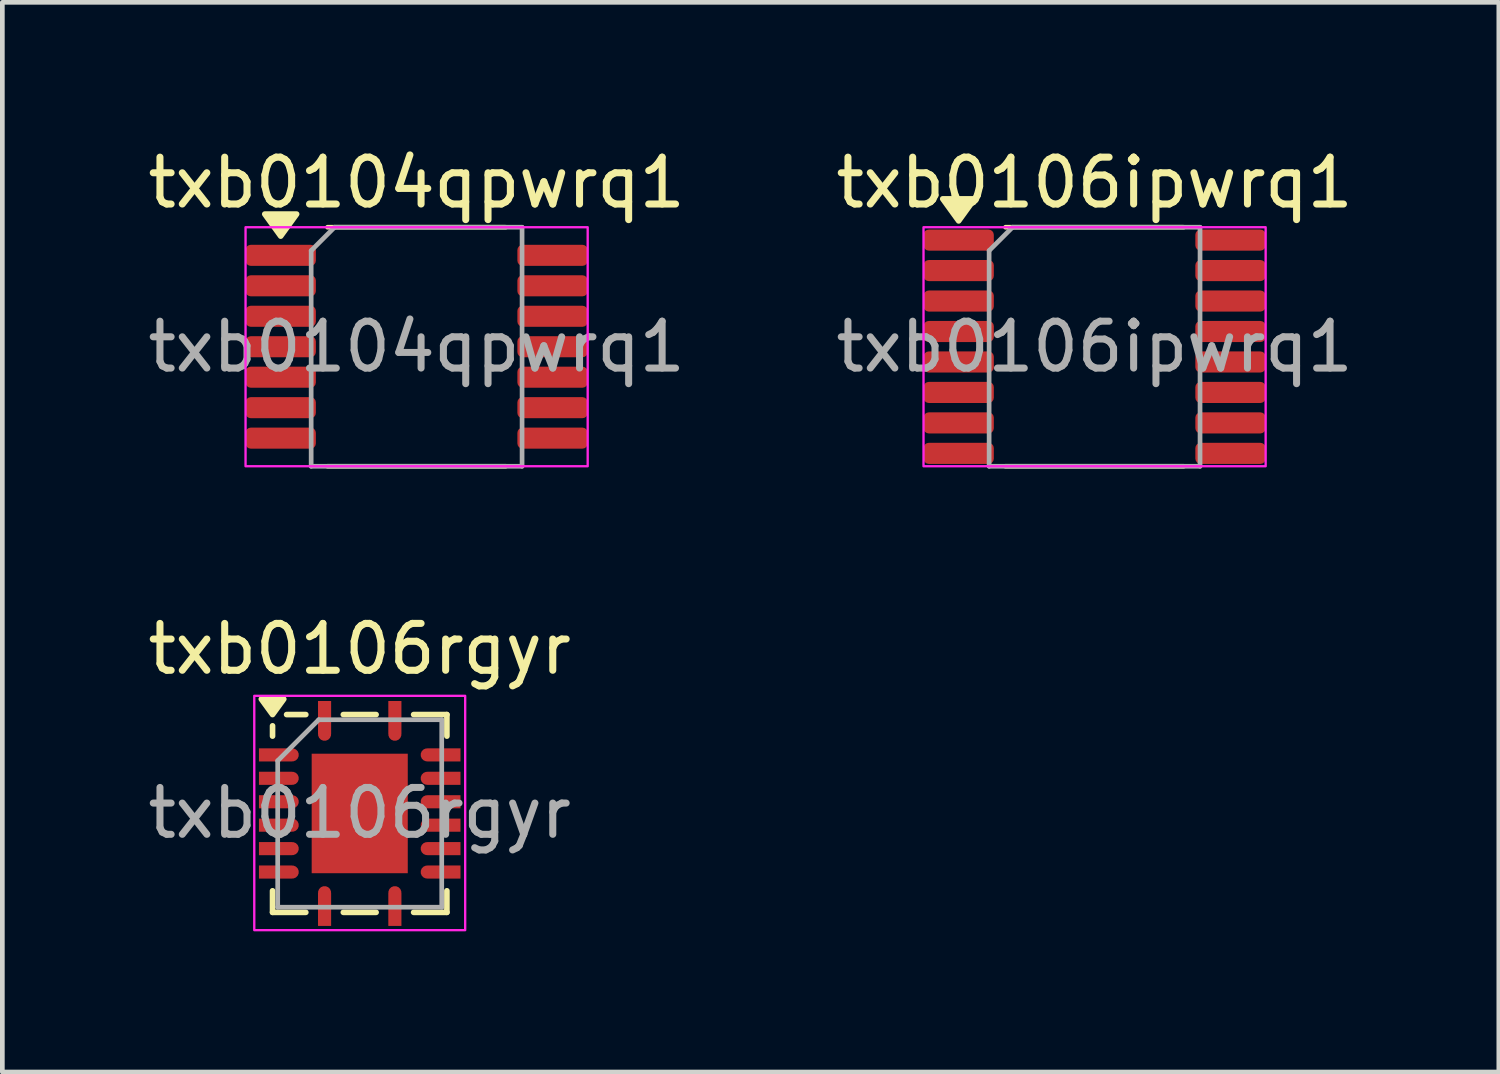
<source format=kicad_pcb>
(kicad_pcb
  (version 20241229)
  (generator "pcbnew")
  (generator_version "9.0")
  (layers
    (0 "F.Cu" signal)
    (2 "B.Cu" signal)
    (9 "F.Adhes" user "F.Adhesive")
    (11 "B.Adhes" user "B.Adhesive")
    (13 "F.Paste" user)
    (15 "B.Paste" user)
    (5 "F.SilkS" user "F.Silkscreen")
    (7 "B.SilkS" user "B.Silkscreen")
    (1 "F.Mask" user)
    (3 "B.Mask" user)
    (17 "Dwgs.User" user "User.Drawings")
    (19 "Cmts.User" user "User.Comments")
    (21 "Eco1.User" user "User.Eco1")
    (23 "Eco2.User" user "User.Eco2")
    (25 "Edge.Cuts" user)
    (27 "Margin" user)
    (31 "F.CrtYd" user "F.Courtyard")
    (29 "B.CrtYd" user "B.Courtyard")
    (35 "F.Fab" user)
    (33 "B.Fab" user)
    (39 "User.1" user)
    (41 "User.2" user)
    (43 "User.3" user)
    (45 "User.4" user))
  (footprint "txb0106ipwrq1"
    (layer "F.Cu")
    (at 20.304 4.348)
    (property "Reference" "txb0106ipwrq1" (at 0 -3.5 0) (unlocked yes) (layer "F.SilkS") (effects (font (size 1 1) (thickness 0.15))))
    (attr smd)
    (fp_line (start -1.9 -2.55) (end 1.9 -2.55) (stroke (width 0.1) (type default)) (layer "F.SilkS"))
    (fp_line (start -1.9 2.55) (end 1.9 2.55) (stroke (width 0.1) (type default)) (layer "F.SilkS"))
    (fp_poly (pts (xy -2.9 -2.685) (xy -3.24 -3.155) (xy -2.56 -3.155) (xy -2.9 -2.685)) (stroke (width 0.12) (type solid)) (fill yes) (layer "F.SilkS"))
    (fp_rect (start -3.65 -2.55) (end 3.65 2.55) (stroke (width 0.05) (type default)) (fill no) (layer "F.CrtYd"))
    (fp_line (start -2.25 -2.05) (end -2.25 2.55) (stroke (width 0.1) (type default)) (layer "F.Fab"))
    (fp_line (start -2.25 2.55) (end 2.25 2.55) (stroke (width 0.1) (type default)) (layer "F.Fab"))
    (fp_line (start -1.75 -2.55) (end -2.25 -2.05) (stroke (width 0.1) (type default)) (layer "F.Fab"))
    (fp_line (start 2.25 -2.55) (end -1.75 -2.55) (stroke (width 0.1) (type default)) (layer "F.Fab"))
    (fp_line (start 2.25 2.55) (end 2.25 -2.55) (stroke (width 0.1) (type default)) (layer "F.Fab"))
    (fp_text user "${REFERENCE}" (at 0 0 0) (unlocked yes) (layer "F.Fab") (effects (font (size 1 1) (thickness 0.15))))
    (pad "1" smd roundrect (at -2.9 -2.275) (size 1.5 0.45) (layers "F.Cu" "F.Mask" "F.Paste") (roundrect_rratio 0.25))
    (pad "2" smd roundrect (at -2.9 -1.625) (size 1.5 0.45) (layers "F.Cu" "F.Mask" "F.Paste") (roundrect_rratio 0.25))
    (pad "3" smd roundrect (at -2.9 -0.975) (size 1.5 0.45) (layers "F.Cu" "F.Mask" "F.Paste") (roundrect_rratio 0.25))
    (pad "4" smd roundrect (at -2.9 -0.325) (size 1.5 0.45) (layers "F.Cu" "F.Mask" "F.Paste") (roundrect_rratio 0.25))
    (pad "5" smd roundrect (at -2.9 0.325) (size 1.5 0.45) (layers "F.Cu" "F.Mask" "F.Paste") (roundrect_rratio 0.25))
    (pad "6" smd roundrect (at -2.9 0.975) (size 1.5 0.45) (layers "F.Cu" "F.Mask" "F.Paste") (roundrect_rratio 0.25))
    (pad "7" smd roundrect (at -2.9 1.625) (size 1.5 0.45) (layers "F.Cu" "F.Mask" "F.Paste") (roundrect_rratio 0.25))
    (pad "8" smd roundrect (at -2.9 2.275) (size 1.5 0.45) (layers "F.Cu" "F.Mask" "F.Paste") (roundrect_rratio 0.25))
    (pad "9" smd roundrect (at 2.9 2.275) (size 1.5 0.45) (layers "F.Cu" "F.Mask" "F.Paste") (roundrect_rratio 0.25))
    (pad "10" smd roundrect (at 2.9 1.625) (size 1.5 0.45) (layers "F.Cu" "F.Mask" "F.Paste") (roundrect_rratio 0.25))
    (pad "11" smd roundrect (at 2.9 0.975) (size 1.5 0.45) (layers "F.Cu" "F.Mask" "F.Paste") (roundrect_rratio 0.25))
    (pad "12" smd roundrect (at 2.9 0.325) (size 1.5 0.45) (layers "F.Cu" "F.Mask" "F.Paste") (roundrect_rratio 0.25))
    (pad "13" smd roundrect (at 2.9 -0.325) (size 1.5 0.45) (layers "F.Cu" "F.Mask" "F.Paste") (roundrect_rratio 0.25))
    (pad "14" smd roundrect (at 2.9 -0.975) (size 1.5 0.45) (layers "F.Cu" "F.Mask" "F.Paste") (roundrect_rratio 0.25))
    (pad "15" smd roundrect (at 2.9 -1.625) (size 1.5 0.45) (layers "F.Cu" "F.Mask" "F.Paste") (roundrect_rratio 0.25))
    (pad "16" smd roundrect (at 2.9 -2.275) (size 1.5 0.45) (layers "F.Cu" "F.Mask" "F.Paste") (roundrect_rratio 0.25)))
  (footprint "txb0106rgyr"
    (layer "F.Cu")
    (at 4.625 14.296)
    (property "Reference" "txb0106rgyr" (at 0 -3.5 0) (unlocked yes) (layer "F.SilkS") (effects (font (size 1 1) (thickness 0.15))))
    (attr smd)
    (fp_line (start -1.86 -1.64) (end -1.86 -1.86) (stroke (width 0.12) (type solid)) (layer "F.SilkS"))
    (fp_line (start -1.86 2.12) (end -1.86 1.66) (stroke (width 0.12) (type solid)) (layer "F.SilkS"))
    (fp_line (start -1.15 -2.1) (end -1.56 -2.1) (stroke (width 0.12) (type solid)) (layer "F.SilkS"))
    (fp_line (start -1.15 2.12) (end -1.86 2.12) (stroke (width 0.12) (type solid)) (layer "F.SilkS"))
    (fp_line (start 0.35 -2.1) (end -0.35 -2.1) (stroke (width 0.12) (type solid)) (layer "F.SilkS"))
    (fp_line (start 0.35 2.12) (end -0.35 2.12) (stroke (width 0.12) (type solid)) (layer "F.SilkS"))
    (fp_line (start 1.15 -2.1) (end 1.86 -2.1) (stroke (width 0.12) (type solid)) (layer "F.SilkS"))
    (fp_line (start 1.15 2.12) (end 1.86 2.12) (stroke (width 0.12) (type solid)) (layer "F.SilkS"))
    (fp_line (start 1.86 -2.1) (end 1.86 -1.64) (stroke (width 0.12) (type solid)) (layer "F.SilkS"))
    (fp_line (start 1.86 2.12) (end 1.86 1.66) (stroke (width 0.12) (type solid)) (layer "F.SilkS"))
    (fp_poly (pts (xy -1.86 -2.1) (xy -2.1 -2.43) (xy -1.62 -2.43) (xy -1.86 -2.1)) (stroke (width 0.12) (type solid)) (fill yes) (layer "F.SilkS"))
    (fp_poly (pts (xy -2.25 -2.5) (xy 2.25 -2.5) (xy 2.25 2.5) (xy -2.25 2.5)) (stroke (width 0.05) (type solid)) (fill no) (layer "F.CrtYd"))
    (fp_line (start -1.75 -1.115) (end -0.875 -1.99) (stroke (width 0.1) (type solid)) (layer "F.Fab"))
    (fp_line (start -1.75 2.01) (end -1.75 -1.115) (stroke (width 0.1) (type solid)) (layer "F.Fab"))
    (fp_line (start -0.875 -1.99) (end 1.75 -1.99) (stroke (width 0.1) (type solid)) (layer "F.Fab"))
    (fp_line (start 1.75 -1.99) (end 1.75 2.01) (stroke (width 0.1) (type solid)) (layer "F.Fab"))
    (fp_line (start 1.75 2.01) (end -1.75 2.01) (stroke (width 0.1) (type solid)) (layer "F.Fab"))
    (fp_text user "${REFERENCE}" (at 0 0 0) (unlocked yes) (layer "F.Fab") (effects (font (size 1 1) (thickness 0.15))))
    (pad "" smd roundrect (at -0.56 -0.675) (size 0.82 1.07) (layers "F.Paste") (roundrect_rratio 0.25))
    (pad "" smd roundrect (at -0.56 0.695) (size 0.82 1.07) (layers "F.Paste") (roundrect_rratio 0.25))
    (pad "" smd roundrect (at 0.56 -0.675) (size 0.82 1.07) (layers "F.Paste") (roundrect_rratio 0.25))
    (pad "" smd roundrect (at 0.56 0.695) (size 0.82 1.07) (layers "F.Paste") (roundrect_rratio 0.25))
    (pad "1" smd custom (at -0.75 -2.035) (size 0.28 0.71) (layers "F.Cu" "F.Mask" "F.Paste") (options (anchor rect)) (primitives (gr_circle (center 0 0.355) (end 0.14 0.355) (width 0) (fill yes))))
    (pad "2" smd custom (at -1.795 -1.24) (size 0.71 0.28) (layers "F.Cu" "F.Mask" "F.Paste") (options (anchor rect)) (primitives (gr_circle (center 0.355 0) (end 0.495 0) (width 0) (fill yes))))
    (pad "3" smd custom (at -1.795 -0.74) (size 0.71 0.28) (layers "F.Cu" "F.Mask" "F.Paste") (options (anchor rect)) (primitives (gr_circle (center 0.355 0) (end 0.495 0) (width 0) (fill yes))))
    (pad "4" smd custom (at -1.795 -0.24) (size 0.71 0.28) (layers "F.Cu" "F.Mask" "F.Paste") (options (anchor rect)) (primitives (gr_circle (center 0.355 0) (end 0.495 0) (width 0) (fill yes))))
    (pad "5" smd custom (at -1.795 0.26) (size 0.71 0.28) (layers "F.Cu" "F.Mask" "F.Paste") (options (anchor rect)) (primitives (gr_circle (center 0.355 0) (end 0.495 0) (width 0) (fill yes))))
    (pad "6" smd custom (at -1.795 0.76) (size 0.71 0.28) (layers "F.Cu" "F.Mask" "F.Paste") (options (anchor rect)) (primitives (gr_circle (center 0.355 0) (end 0.495 0) (width 0) (fill yes))))
    (pad "7" smd custom (at -1.795 1.26) (size 0.71 0.28) (layers "F.Cu" "F.Mask" "F.Paste") (options (anchor rect)) (primitives (gr_circle (center 0.355 0) (end 0.495 0) (width 0) (fill yes))))
    (pad "8" smd custom (at -0.75 2.055) (size 0.28 0.71) (layers "F.Cu" "F.Mask" "F.Paste") (options (anchor rect)) (primitives (gr_circle (center 0 -0.355) (end 0.14 -0.355) (width 0) (fill yes))))
    (pad "9" smd custom (at 0.75 2.055) (size 0.28 0.71) (layers "F.Cu" "F.Mask" "F.Paste") (options (anchor rect)) (primitives (gr_circle (center 0 -0.355) (end 0.14 -0.355) (width 0) (fill yes))))
    (pad "10" smd custom (at 1.795 1.26) (size 0.71 0.28) (layers "F.Cu" "F.Mask" "F.Paste") (options (anchor rect)) (primitives (gr_circle (center -0.355 0) (end -0.215 0) (width 0) (fill yes))))
    (pad "11" smd custom (at 1.795 0.76) (size 0.71 0.28) (layers "F.Cu" "F.Mask" "F.Paste") (options (anchor rect)) (primitives (gr_circle (center -0.355 0) (end -0.215 0) (width 0) (fill yes))))
    (pad "12" smd custom (at 1.795 0.26) (size 0.71 0.28) (layers "F.Cu" "F.Mask" "F.Paste") (options (anchor rect)) (primitives (gr_circle (center -0.355 0) (end -0.215 0) (width 0) (fill yes))))
    (pad "13" smd custom (at 1.795 -0.24) (size 0.71 0.28) (layers "F.Cu" "F.Mask" "F.Paste") (options (anchor rect)) (primitives (gr_circle (center -0.355 0) (end -0.215 0) (width 0) (fill yes))))
    (pad "14" smd custom (at 1.795 -0.74) (size 0.71 0.28) (layers "F.Cu" "F.Mask" "F.Paste") (options (anchor rect)) (primitives (gr_circle (center -0.355 0) (end -0.215 0) (width 0) (fill yes))))
    (pad "15" smd custom (at 1.795 -1.24) (size 0.71 0.28) (layers "F.Cu" "F.Mask" "F.Paste") (options (anchor rect)) (primitives (gr_circle (center -0.355 0) (end -0.215 0) (width 0) (fill yes))))
    (pad "16" smd custom (at 0.75 -2.035) (size 0.28 0.71) (layers "F.Cu" "F.Mask" "F.Paste") (options (anchor rect)) (primitives (gr_circle (center 0 0.355) (end 0.14 0.355) (width 0) (fill yes))))
    (pad "17" smd rect (at 0 0.01) (size 2.05 2.55) (layers "F.Cu" "F.Mask")))
  (footprint "txb0104qpwrq1"
    (layer "F.Cu")
    (at 5.839 4.348)
    (property "Reference" "txb0104qpwrq1" (at 0 -3.5 0) (unlocked yes) (layer "F.SilkS") (effects (font (size 1 1) (thickness 0.15))))
    (attr smd)
    (fp_line (start -1.9 -2.55) (end 1.9 -2.55) (stroke (width 0.1) (type default)) (layer "F.SilkS"))
    (fp_line (start -1.9 2.55) (end 1.9 2.55) (stroke (width 0.1) (type default)) (layer "F.SilkS"))
    (fp_poly (pts (xy -2.9 -2.36) (xy -3.24 -2.83) (xy -2.56 -2.83) (xy -2.9 -2.36)) (stroke (width 0.12) (type solid)) (fill yes) (layer "F.SilkS"))
    (fp_rect (start -3.65 -2.55) (end 3.65 2.55) (stroke (width 0.05) (type default)) (fill no) (layer "F.CrtYd"))
    (fp_line (start -2.25 2.55) (end -2.25 -2.05) (stroke (width 0.1) (type default)) (layer "F.Fab"))
    (fp_line (start -1.75 -2.55) (end -2.25 -2.05) (stroke (width 0.1) (type default)) (layer "F.Fab"))
    (fp_line (start 2.25 -2.55) (end -1.75 -2.55) (stroke (width 0.1) (type default)) (layer "F.Fab"))
    (fp_line (start 2.25 2.55) (end -2.25 2.55) (stroke (width 0.1) (type default)) (layer "F.Fab"))
    (fp_line (start 2.25 2.55) (end 2.25 -2.55) (stroke (width 0.1) (type default)) (layer "F.Fab"))
    (fp_text user "${REFERENCE}" (at 0 0 0) (unlocked yes) (layer "F.Fab") (effects (font (size 1 1) (thickness 0.15))))
    (pad "1" smd roundrect (at -2.9 -1.95) (size 1.5 0.45) (layers "F.Cu" "F.Mask" "F.Paste") (roundrect_rratio 0.25))
    (pad "2" smd roundrect (at -2.9 -1.3) (size 1.5 0.45) (layers "F.Cu" "F.Mask" "F.Paste") (roundrect_rratio 0.25))
    (pad "3" smd roundrect (at -2.9 -0.65) (size 1.5 0.45) (layers "F.Cu" "F.Mask" "F.Paste") (roundrect_rratio 0.25))
    (pad "4" smd roundrect (at -2.9 0) (size 1.5 0.45) (layers "F.Cu" "F.Mask" "F.Paste") (roundrect_rratio 0.25))
    (pad "5" smd roundrect (at -2.9 0.65) (size 1.5 0.45) (layers "F.Cu" "F.Mask" "F.Paste") (roundrect_rratio 0.25))
    (pad "6" smd roundrect (at -2.9 1.3) (size 1.5 0.45) (layers "F.Cu" "F.Mask" "F.Paste") (roundrect_rratio 0.25))
    (pad "7" smd roundrect (at -2.9 1.95) (size 1.5 0.45) (layers "F.Cu" "F.Mask" "F.Paste") (roundrect_rratio 0.25))
    (pad "8" smd roundrect (at 2.9 1.95) (size 1.5 0.45) (layers "F.Cu" "F.Mask" "F.Paste") (roundrect_rratio 0.25))
    (pad "9" smd roundrect (at 2.9 1.3) (size 1.5 0.45) (layers "F.Cu" "F.Mask" "F.Paste") (roundrect_rratio 0.25))
    (pad "10" smd roundrect (at 2.9 0.65) (size 1.5 0.45) (layers "F.Cu" "F.Mask" "F.Paste") (roundrect_rratio 0.25))
    (pad "11" smd roundrect (at 2.9 0) (size 1.5 0.45) (layers "F.Cu" "F.Mask" "F.Paste") (roundrect_rratio 0.25))
    (pad "12" smd roundrect (at 2.9 -0.65) (size 1.5 0.45) (layers "F.Cu" "F.Mask" "F.Paste") (roundrect_rratio 0.25))
    (pad "13" smd roundrect (at 2.9 -1.3) (size 1.5 0.45) (layers "F.Cu" "F.Mask" "F.Paste") (roundrect_rratio 0.25))
    (pad "14" smd roundrect (at 2.9 -1.95) (size 1.5 0.45) (layers "F.Cu" "F.Mask" "F.Paste") (roundrect_rratio 0.25)))
  (gr_rect
    (start -3 -3)
    (end 28.929 19.822)
    (stroke (width 0.1) (type default))
    (fill no)
    (layer "Edge.Cuts")))
</source>
